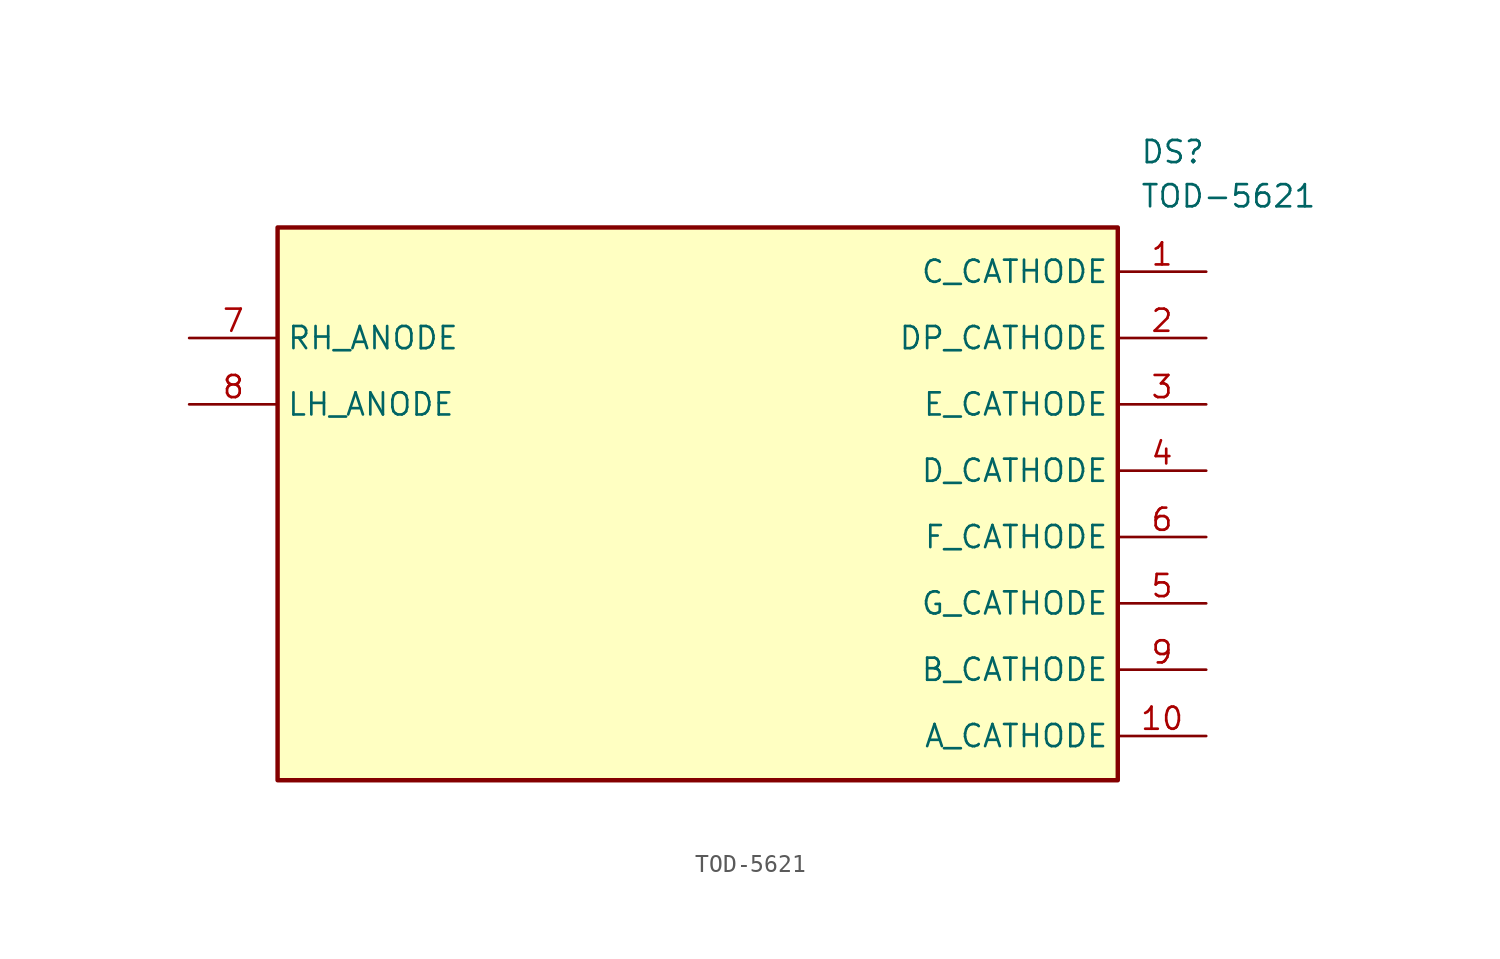
<source format=kicad_sym>
(kicad_symbol_lib
  (version 20241209)
  (generator "kicad_symbol_editor")
  (generator_version "9.0")
  (symbol "TOD-5621"
    (property "Reference" "DS"
      (at 54.61 7.62 0)
      (effects (font (size 1.27 1.27)) (justify left top)))
    (property "Value" "TOD-5621"
      (at 54.61 5.08 0)
      (effects (font (size 1.27 1.27)) (justify left top)))
    (symbol "TOD-5621_1_1"
      (rectangle (start 5.08 2.54) (end 53.34 -29.21) (stroke (width 0.254) (type default)) (fill (type background)))
      (pin passive line (at 0 -3.81 0) (length 5.08) (name "RH_ANODE" (effects (font (size 1.27 1.27)))) (number "7" (effects (font (size 1.27 1.27)))))
      (pin passive line (at 0 -7.62 0) (length 5.08) (name "LH_ANODE" (effects (font (size 1.27 1.27)))) (number "8" (effects (font (size 1.27 1.27)))))
      (pin passive line (at 58.42 0 180) (length 5.08) (name "C_CATHODE" (effects (font (size 1.27 1.27)))) (number "1" (effects (font (size 1.27 1.27)))))
      (pin passive line (at 58.42 -3.81 180) (length 5.08) (name "DP_CATHODE" (effects (font (size 1.27 1.27)))) (number "2" (effects (font (size 1.27 1.27)))))
      (pin passive line (at 58.42 -7.62 180) (length 5.08) (name "E_CATHODE" (effects (font (size 1.27 1.27)))) (number "3" (effects (font (size 1.27 1.27)))))
      (pin passive line (at 58.42 -11.43 180) (length 5.08) (name "D_CATHODE" (effects (font (size 1.27 1.27)))) (number "4" (effects (font (size 1.27 1.27)))))
      (pin passive line (at 58.42 -15.24 180) (length 5.08) (name "F_CATHODE" (effects (font (size 1.27 1.27)))) (number "6" (effects (font (size 1.27 1.27)))))
      (pin passive line (at 58.42 -19.05 180) (length 5.08) (name "G_CATHODE" (effects (font (size 1.27 1.27)))) (number "5" (effects (font (size 1.27 1.27)))))
      (pin passive line (at 58.42 -22.86 180) (length 5.08) (name "B_CATHODE" (effects (font (size 1.27 1.27)))) (number "9" (effects (font (size 1.27 1.27)))))
      (pin passive line (at 58.42 -26.67 180) (length 5.08) (name "A_CATHODE" (effects (font (size 1.27 1.27)))) (number "10" (effects (font (size 1.27 1.27))))))))
</source>
